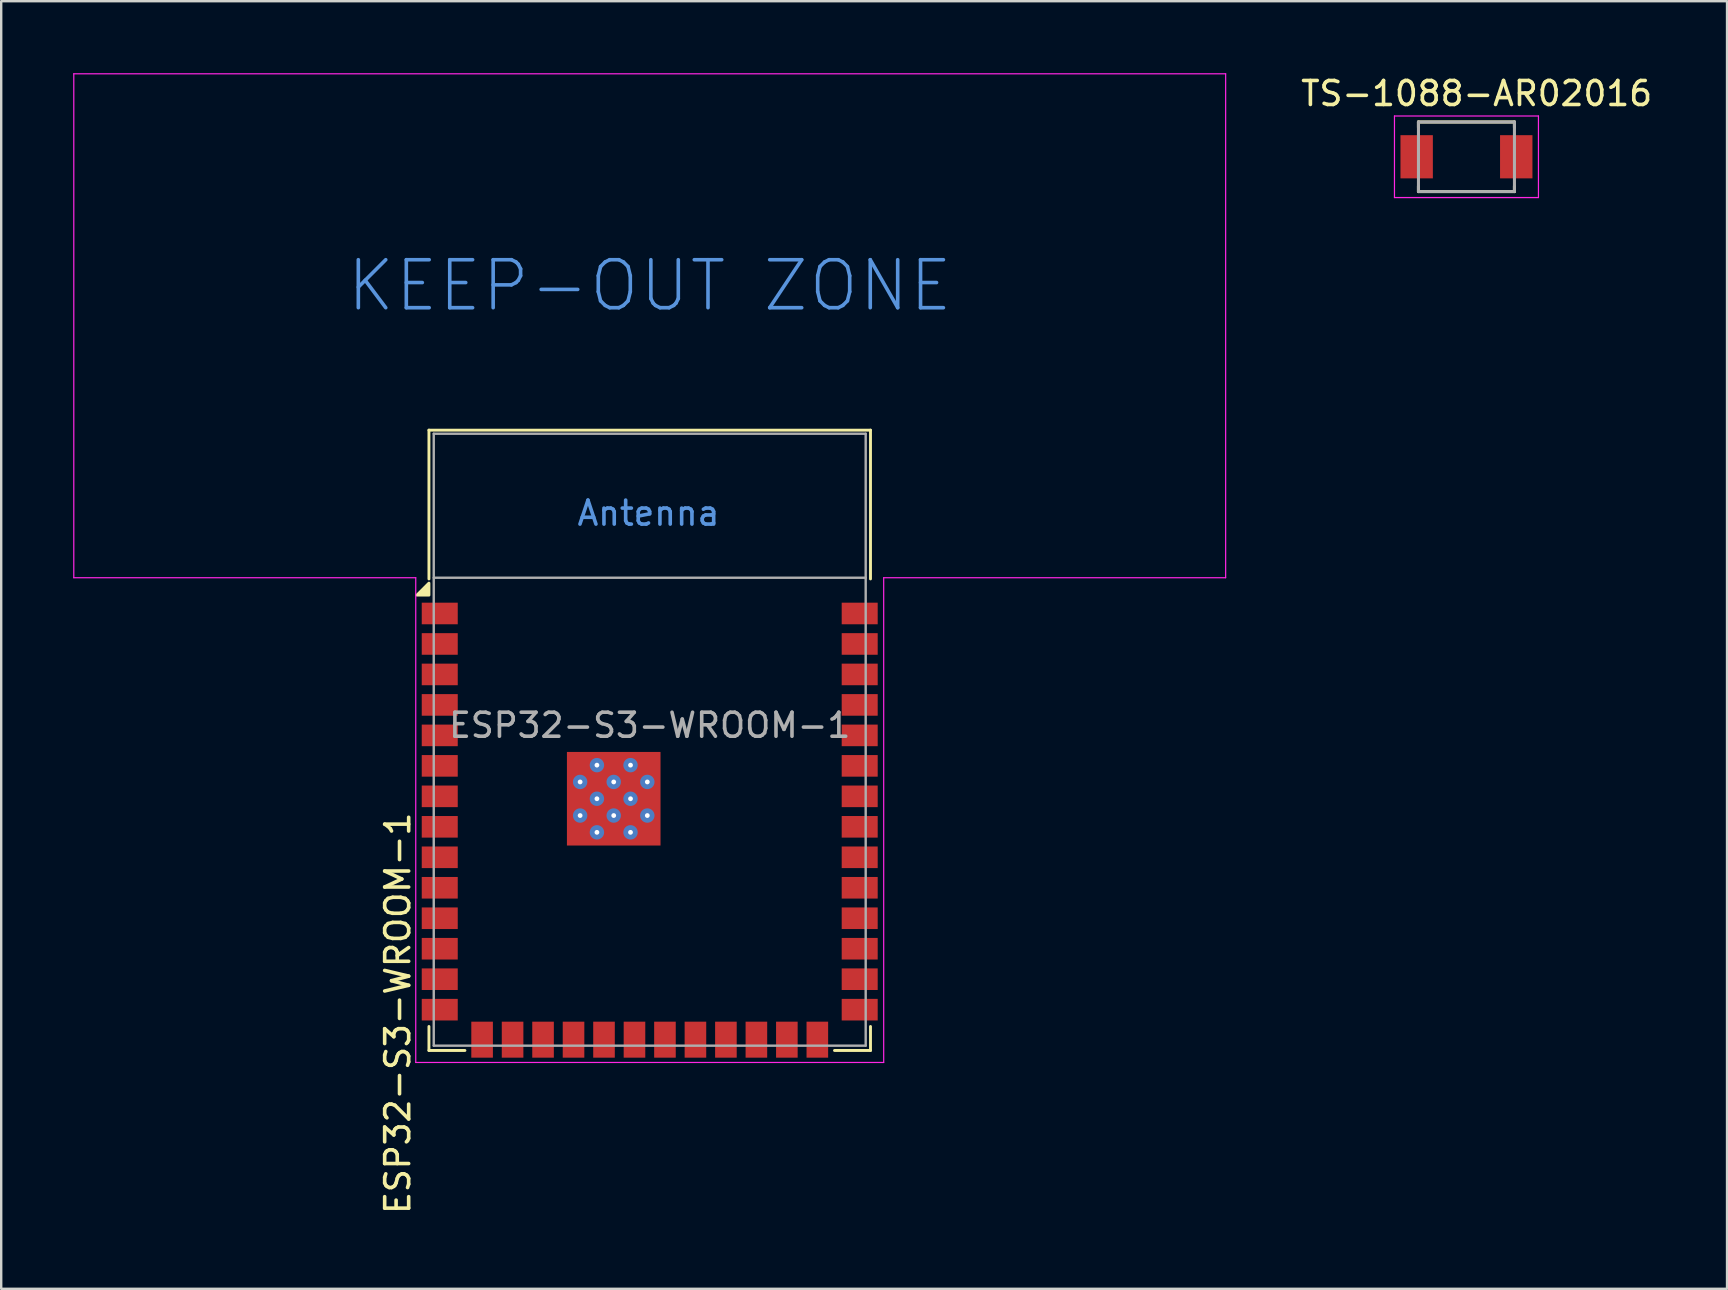
<source format=kicad_pcb>
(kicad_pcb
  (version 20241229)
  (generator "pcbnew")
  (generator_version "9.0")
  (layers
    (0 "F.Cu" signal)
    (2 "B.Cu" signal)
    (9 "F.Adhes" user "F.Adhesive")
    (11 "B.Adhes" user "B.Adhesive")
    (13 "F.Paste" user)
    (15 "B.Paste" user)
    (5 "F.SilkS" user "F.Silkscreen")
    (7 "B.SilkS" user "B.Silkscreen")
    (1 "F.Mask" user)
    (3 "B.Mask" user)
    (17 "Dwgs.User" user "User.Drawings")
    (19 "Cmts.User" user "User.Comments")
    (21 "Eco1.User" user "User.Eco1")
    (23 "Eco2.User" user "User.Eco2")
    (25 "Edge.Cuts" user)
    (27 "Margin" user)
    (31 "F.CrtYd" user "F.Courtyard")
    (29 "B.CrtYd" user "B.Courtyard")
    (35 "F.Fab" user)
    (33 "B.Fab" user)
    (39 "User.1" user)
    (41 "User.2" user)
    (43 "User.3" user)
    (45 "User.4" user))
  (footprint "TS-1088-AR02016"
    (layer "F.Cu")
    (at 58.06 3.483)
    (property "Reference" "TS-1088-AR02016" (at 0.425 -2.635 0) (layer "F.SilkS") (effects (font (size 1 1) (thickness 0.15))))
    (attr smd)
    (fp_line (start -2 -1.45) (end 2 -1.45) (stroke (width 0.127) (type solid)) (layer "F.SilkS"))
    (fp_line (start -2 -1.22) (end -2 -1.45) (stroke (width 0.127) (type solid)) (layer "F.SilkS"))
    (fp_line (start -2 1.45) (end -2 1.22) (stroke (width 0.127) (type solid)) (layer "F.SilkS"))
    (fp_line (start 2 -1.45) (end 2 -1.22) (stroke (width 0.127) (type solid)) (layer "F.SilkS"))
    (fp_line (start 2 1.45) (end -2 1.45) (stroke (width 0.127) (type solid)) (layer "F.SilkS"))
    (fp_line (start 2 1.45) (end 2 1.22) (stroke (width 0.127) (type solid)) (layer "F.SilkS"))
    (fp_line (start -3 -1.7) (end -3 1.7) (stroke (width 0.05) (type solid)) (layer "F.CrtYd"))
    (fp_line (start -3 1.7) (end 3 1.7) (stroke (width 0.05) (type solid)) (layer "F.CrtYd"))
    (fp_line (start 3 -1.7) (end -3 -1.7) (stroke (width 0.05) (type solid)) (layer "F.CrtYd"))
    (fp_line (start 3 1.7) (end 3 -1.7) (stroke (width 0.05) (type solid)) (layer "F.CrtYd"))
    (fp_line (start -2 -1.45) (end 2 -1.45) (stroke (width 0.127) (type solid)) (layer "F.Fab"))
    (fp_line (start -2 1.45) (end -2 -1.45) (stroke (width 0.127) (type solid)) (layer "F.Fab"))
    (fp_line (start 2 -1.45) (end 2 1.45) (stroke (width 0.127) (type solid)) (layer "F.Fab"))
    (fp_line (start 2 1.45) (end -2 1.45) (stroke (width 0.127) (type solid)) (layer "F.Fab"))
    (pad "1" smd rect (at -2.075 0) (size 1.35 1.8) (layers "F.Cu" "F.Mask" "F.Paste"))
    (pad "2" smd rect (at 2.075 0) (size 1.35 1.8) (layers "F.Cu" "F.Mask" "F.Paste")))
  (footprint "ESP32-S3-WROOM-1"
    (layer "F.Cu")
    (at 24.025 27.775)
    (property "Reference" "ESP32-S3-WROOM-1" (at -10.5 11.4 90) (unlocked yes) (layer "F.SilkS") (effects (font (size 1 1) (thickness 0.15))))
    (attr smd)
    (fp_line (start -9.2 -12.9) (end -9.2 -6.7) (stroke (width 0.12) (type solid)) (layer "F.SilkS"))
    (fp_line (start -9.2 -12.9) (end 9.2 -12.9) (stroke (width 0.12) (type solid)) (layer "F.SilkS"))
    (fp_line (start -9.2 11.95) (end -9.2 12.95) (stroke (width 0.12) (type solid)) (layer "F.SilkS"))
    (fp_line (start -9.2 12.95) (end -7.7 12.95) (stroke (width 0.12) (type solid)) (layer "F.SilkS"))
    (fp_line (start 9.2 -12.9) (end 9.2 -6.7) (stroke (width 0.12) (type solid)) (layer "F.SilkS"))
    (fp_line (start 9.2 12.95) (end 7.7 12.95) (stroke (width 0.12) (type solid)) (layer "F.SilkS"))
    (fp_line (start 9.2 12.95) (end 9.2 11.95) (stroke (width 0.12) (type solid)) (layer "F.SilkS"))
    (fp_poly (pts (xy -9.2 -6.025) (xy -9.7 -6.025) (xy -9.2 -6.525) (xy -9.2 -6.025)) (stroke (width 0.12) (type solid)) (fill yes) (layer "F.SilkS"))
    (fp_line (start -24 -27.75) (end -24 -6.75) (stroke (width 0.05) (type solid)) (layer "F.CrtYd"))
    (fp_line (start -24 -6.75) (end -9.75 -6.75) (stroke (width 0.05) (type solid)) (layer "F.CrtYd"))
    (fp_line (start -9.75 13.45) (end -9.75 -6.75) (stroke (width 0.05) (type solid)) (layer "F.CrtYd"))
    (fp_line (start -9.75 13.45) (end 9.75 13.45) (stroke (width 0.05) (type solid)) (layer "F.CrtYd"))
    (fp_line (start 9.75 -6.75) (end 9.75 13.45) (stroke (width 0.05) (type solid)) (layer "F.CrtYd"))
    (fp_line (start 9.75 -6.75) (end 24 -6.75) (stroke (width 0.05) (type solid)) (layer "F.CrtYd"))
    (fp_line (start 24 -27.75) (end -24 -27.75) (stroke (width 0.05) (type solid)) (layer "F.CrtYd"))
    (fp_line (start 24 -6.75) (end 24 -27.75) (stroke (width 0.05) (type solid)) (layer "F.CrtYd"))
    (fp_line (start -9 -12.75) (end 9 -12.75) (stroke (width 0.1) (type solid)) (layer "F.Fab"))
    (fp_line (start -9 -6.75) (end 9 -6.75) (stroke (width 0.1) (type solid)) (layer "F.Fab"))
    (fp_line (start -9 12.75) (end -9 -12.75) (stroke (width 0.1) (type solid)) (layer "F.Fab"))
    (fp_line (start -9 12.75) (end 9 12.75) (stroke (width 0.1) (type solid)) (layer "F.Fab"))
    (fp_line (start 9 12.75) (end 9 -12.75) (stroke (width 0.1) (type solid)) (layer "F.Fab"))
    (fp_text user "KEEP-OUT ZONE" (at 0 -18.92 0) (layer "Cmts.User") (effects (font (size 2 2) (thickness 0.15))))
    (fp_text user "Antenna" (at -0.05 -9.44 0) (layer "Cmts.User") (effects (font (size 1 1) (thickness 0.15))))
    (fp_text user "${REFERENCE}" (at 0 -0.6 0) (unlocked yes) (layer "F.Fab") (effects (font (size 1 1) (thickness 0.15))))
    (pad "" smd rect (at -2.9 1.06) (size 0.9 0.9) (layers "F.Paste"))
    (pad "" smd rect (at -2.9 2.46 270) (size 0.9 0.9) (layers "F.Paste"))
    (pad "" smd rect (at -2.9 3.86) (size 0.9 0.9) (layers "F.Paste"))
    (pad "" smd rect (at -1.5 1.06 270) (size 0.9 0.9) (layers "F.Paste"))
    (pad "" smd rect (at -1.5 2.46 270) (size 0.9 0.9) (layers "F.Paste"))
    (pad "" smd rect (at -1.5 3.86 270) (size 0.9 0.9) (layers "F.Paste"))
    (pad "" smd rect (at -0.1 1.06 270) (size 0.9 0.9) (layers "F.Paste"))
    (pad "" smd rect (at -0.1 2.46 270) (size 0.9 0.9) (layers "F.Paste"))
    (pad "" smd rect (at -0.1 3.86 270) (size 0.9 0.9) (layers "F.Paste"))
    (pad "1" smd rect (at -8.75 -5.26) (size 1.5 0.9) (layers "F.Cu" "F.Mask" "F.Paste"))
    (pad "2" smd rect (at -8.75 -3.99) (size 1.5 0.9) (layers "F.Cu" "F.Mask" "F.Paste"))
    (pad "3" smd rect (at -8.75 -2.72) (size 1.5 0.9) (layers "F.Cu" "F.Mask" "F.Paste"))
    (pad "4" smd rect (at -8.75 -1.45) (size 1.5 0.9) (layers "F.Cu" "F.Mask" "F.Paste"))
    (pad "5" smd rect (at -8.75 -0.18) (size 1.5 0.9) (layers "F.Cu" "F.Mask" "F.Paste"))
    (pad "6" smd rect (at -8.75 1.09) (size 1.5 0.9) (layers "F.Cu" "F.Mask" "F.Paste"))
    (pad "7" smd rect (at -8.75 2.36) (size 1.5 0.9) (layers "F.Cu" "F.Mask" "F.Paste"))
    (pad "8" smd rect (at -8.75 3.63) (size 1.5 0.9) (layers "F.Cu" "F.Mask" "F.Paste"))
    (pad "9" smd rect (at -8.75 4.9) (size 1.5 0.9) (layers "F.Cu" "F.Mask" "F.Paste"))
    (pad "10" smd rect (at -8.75 6.17) (size 1.5 0.9) (layers "F.Cu" "F.Mask" "F.Paste"))
    (pad "11" smd rect (at -8.75 7.44) (size 1.5 0.9) (layers "F.Cu" "F.Mask" "F.Paste"))
    (pad "12" smd rect (at -8.75 8.71) (size 1.5 0.9) (layers "F.Cu" "F.Mask" "F.Paste"))
    (pad "13" smd rect (at -8.75 9.98) (size 1.5 0.9) (layers "F.Cu" "F.Mask" "F.Paste"))
    (pad "14" smd rect (at -8.75 11.25 180) (size 1.5 0.9) (layers "F.Cu" "F.Mask" "F.Paste"))
    (pad "15" smd rect (at -6.985 12.5 270) (size 1.5 0.9) (layers "F.Cu" "F.Mask" "F.Paste"))
    (pad "16" smd rect (at -5.715 12.5 270) (size 1.5 0.9) (layers "F.Cu" "F.Mask" "F.Paste"))
    (pad "17" smd rect (at -4.445 12.5 270) (size 1.5 0.9) (layers "F.Cu" "F.Mask" "F.Paste"))
    (pad "18" smd rect (at -3.175 12.5 270) (size 1.5 0.9) (layers "F.Cu" "F.Mask" "F.Paste"))
    (pad "19" smd rect (at -1.905 12.5 270) (size 1.5 0.9) (layers "F.Cu" "F.Mask" "F.Paste"))
    (pad "20" smd rect (at -0.635 12.5 270) (size 1.5 0.9) (layers "F.Cu" "F.Mask" "F.Paste"))
    (pad "21" smd rect (at 0.635 12.5 270) (size 1.5 0.9) (layers "F.Cu" "F.Mask" "F.Paste"))
    (pad "22" smd rect (at 1.905 12.5 270) (size 1.5 0.9) (layers "F.Cu" "F.Mask" "F.Paste"))
    (pad "23" smd rect (at 3.175 12.5 270) (size 1.5 0.9) (layers "F.Cu" "F.Mask" "F.Paste"))
    (pad "24" smd rect (at 4.445 12.5 270) (size 1.5 0.9) (layers "F.Cu" "F.Mask" "F.Paste"))
    (pad "25" smd rect (at 5.715 12.5 270) (size 1.5 0.9) (layers "F.Cu" "F.Mask" "F.Paste"))
    (pad "26" smd rect (at 6.985 12.5 270) (size 1.5 0.9) (layers "F.Cu" "F.Mask" "F.Paste"))
    (pad "27" smd rect (at 8.75 11.25) (size 1.5 0.9) (layers "F.Cu" "F.Mask" "F.Paste"))
    (pad "28" smd rect (at 8.75 9.98) (size 1.5 0.9) (layers "F.Cu" "F.Mask" "F.Paste"))
    (pad "29" smd rect (at 8.75 8.71) (size 1.5 0.9) (layers "F.Cu" "F.Mask" "F.Paste"))
    (pad "30" smd rect (at 8.75 7.44) (size 1.5 0.9) (layers "F.Cu" "F.Mask" "F.Paste"))
    (pad "31" smd rect (at 8.75 6.17) (size 1.5 0.9) (layers "F.Cu" "F.Mask" "F.Paste"))
    (pad "32" smd rect (at 8.75 4.9) (size 1.5 0.9) (layers "F.Cu" "F.Mask" "F.Paste"))
    (pad "33" smd rect (at 8.75 3.63) (size 1.5 0.9) (layers "F.Cu" "F.Mask" "F.Paste"))
    (pad "34" smd rect (at 8.75 2.36) (size 1.5 0.9) (layers "F.Cu" "F.Mask" "F.Paste"))
    (pad "35" smd rect (at 8.75 1.09) (size 1.5 0.9) (layers "F.Cu" "F.Mask" "F.Paste"))
    (pad "36" smd rect (at 8.75 -0.18) (size 1.5 0.9) (layers "F.Cu" "F.Mask" "F.Paste"))
    (pad "37" smd rect (at 8.75 -1.45) (size 1.5 0.9) (layers "F.Cu" "F.Mask" "F.Paste"))
    (pad "38" smd rect (at 8.75 -2.72) (size 1.5 0.9) (layers "F.Cu" "F.Mask" "F.Paste"))
    (pad "39" smd rect (at 8.75 -3.99) (size 1.5 0.9) (layers "F.Cu" "F.Mask" "F.Paste"))
    (pad "40" smd rect (at 8.75 -5.26) (size 1.5 0.9) (layers "F.Cu" "F.Mask" "F.Paste"))
    (pad "41" thru_hole circle (at -2.9 1.76 90) (size 0.6 0.6) (drill 0.2) (property pad_prop_heatsink) (layers "*.Cu" "F.Mask"))
    (pad "41" thru_hole circle (at -2.9 3.16) (size 0.6 0.6) (drill 0.2) (property pad_prop_heatsink) (layers "*.Cu" "F.Mask"))
    (pad "41" thru_hole circle (at -2.2 1.06) (size 0.6 0.6) (drill 0.2) (property pad_prop_heatsink) (layers "*.Cu" "F.Mask"))
    (pad "41" thru_hole circle (at -2.2 2.46) (size 0.6 0.6) (drill 0.2) (property pad_prop_heatsink) (layers "*.Cu" "F.Mask"))
    (pad "41" thru_hole circle (at -2.2 3.86) (size 0.6 0.6) (drill 0.2) (property pad_prop_heatsink) (layers "*.Cu" "F.Mask"))
    (pad "41" thru_hole circle (at -1.5 1.76) (size 0.6 0.6) (drill 0.2) (property pad_prop_heatsink) (layers "*.Cu" "F.Mask"))
    (pad "41" smd rect (at -1.5 2.46 270) (size 3.9 3.9) (property pad_prop_heatsink) (layers "F.Cu" "F.Mask"))
    (pad "41" thru_hole circle (at -1.5 3.16) (size 0.6 0.6) (drill 0.2) (property pad_prop_heatsink) (layers "*.Cu" "F.Mask"))
    (pad "41" thru_hole circle (at -0.8 1.06) (size 0.6 0.6) (drill 0.2) (property pad_prop_heatsink) (layers "*.Cu" "F.Mask"))
    (pad "41" thru_hole circle (at -0.8 2.46) (size 0.6 0.6) (drill 0.2) (property pad_prop_heatsink) (layers "*.Cu" "F.Mask"))
    (pad "41" thru_hole circle (at -0.8 3.86) (size 0.6 0.6) (drill 0.2) (property pad_prop_heatsink) (layers "*.Cu" "F.Mask"))
    (pad "41" thru_hole circle (at -0.1 1.76) (size 0.6 0.6) (drill 0.2) (property pad_prop_heatsink) (layers "*.Cu" "F.Mask"))
    (pad "41" thru_hole circle (at -0.1 3.16) (size 0.6 0.6) (drill 0.2) (property pad_prop_heatsink) (layers "*.Cu" "F.Mask"))
    (zone (net_name "") (layers "F.Cu" "B.Cu") (hatch full 0.508) (connect_pads) (min_thickness 0.254) (filled_areas_thickness no) (keepout (tracks allowed) (vias allowed) (pads allowed) (copperpour allowed) (footprints allowed)) (placement (enabled no)) (fill) (polygon (pts (xy 0.025 21.025) (xy 48.025 21.025) (xy 48.025 0.025) (xy 0.025 0.025)))))
  (gr_rect
    (start -3 -3)
    (end 68.919 50.657)
    (stroke (width 0.1) (type default))
    (fill no)
    (layer "Edge.Cuts")))
</source>
